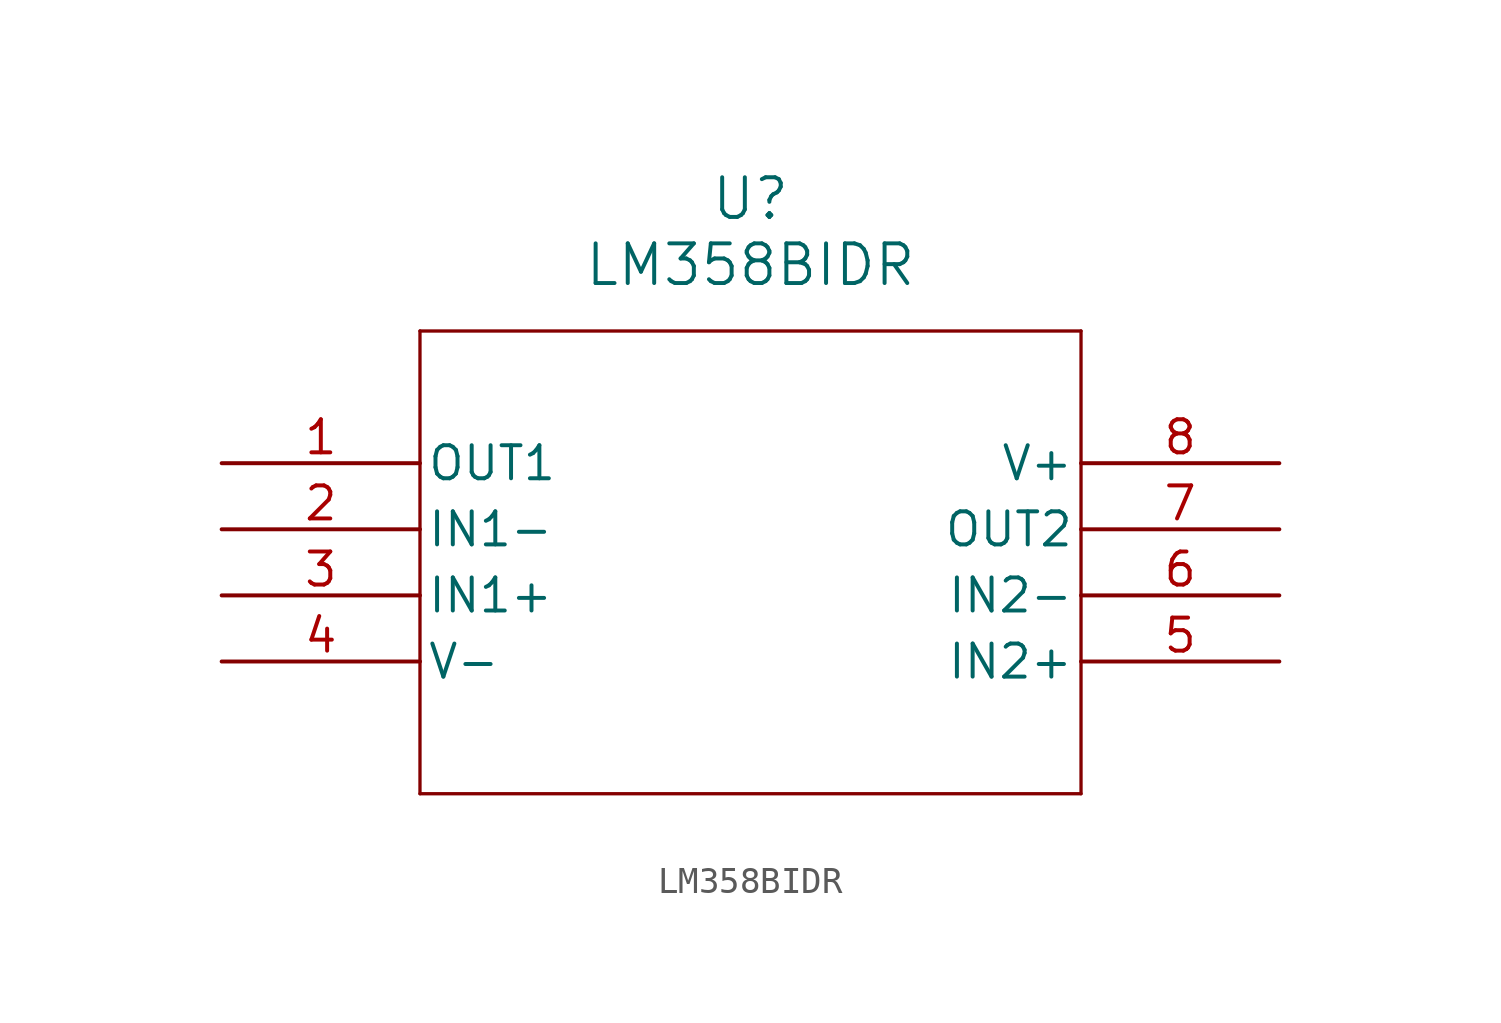
<source format=kicad_sym>
(kicad_symbol_lib
  (version 20241209)
  (generator "kicad_symbol_editor")
  (generator_version "9.0")
  (symbol "LM358BIDR"
    (pin_names
      (offset 0.254))
    (property "Reference" "U"
      (at 20.32 10.16 0)
      (effects (font (size 1.524 1.524))))
    (property "Value" "LM358BIDR"
      (at 20.32 7.62 0)
      (effects (font (size 1.524 1.524))))
    (property "ki_locked" ""
      (at 0 0 0)
      (effects (font (size 1.27 1.27))))
    (symbol "LM358BIDR_0_1"
      (polyline (pts (xy 7.62 5.08) (xy 7.62 -12.7)) (stroke (width 0.127) (type default)) (fill (type none)))
      (polyline (pts (xy 7.62 -12.7) (xy 33.02 -12.7)) (stroke (width 0.127) (type default)) (fill (type none)))
      (polyline (pts (xy 33.02 5.08) (xy 7.62 5.08)) (stroke (width 0.127) (type default)) (fill (type none)))
      (polyline (pts (xy 33.02 -12.7) (xy 33.02 5.08)) (stroke (width 0.127) (type default)) (fill (type none)))
      (pin output line (at 0 0 0) (length 7.62) (name "OUT1" (effects (font (size 1.27 1.27)))) (number "1" (effects (font (size 1.27 1.27)))))
      (pin input line (at 0 -2.54 0) (length 7.62) (name "IN1-" (effects (font (size 1.27 1.27)))) (number "2" (effects (font (size 1.27 1.27)))))
      (pin input line (at 0 -5.08 0) (length 7.62) (name "IN1+" (effects (font (size 1.27 1.27)))) (number "3" (effects (font (size 1.27 1.27)))))
      (pin power_in line (at 0 -7.62 0) (length 7.62) (name "V-" (effects (font (size 1.27 1.27)))) (number "4" (effects (font (size 1.27 1.27)))))
      (pin power_in line (at 40.64 0 180) (length 7.62) (name "V+" (effects (font (size 1.27 1.27)))) (number "8" (effects (font (size 1.27 1.27)))))
      (pin output line (at 40.64 -2.54 180) (length 7.62) (name "OUT2" (effects (font (size 1.27 1.27)))) (number "7" (effects (font (size 1.27 1.27)))))
      (pin input line (at 40.64 -5.08 180) (length 7.62) (name "IN2-" (effects (font (size 1.27 1.27)))) (number "6" (effects (font (size 1.27 1.27)))))
      (pin input line (at 40.64 -7.62 180) (length 7.62) (name "IN2+" (effects (font (size 1.27 1.27)))) (number "5" (effects (font (size 1.27 1.27))))))))
</source>
